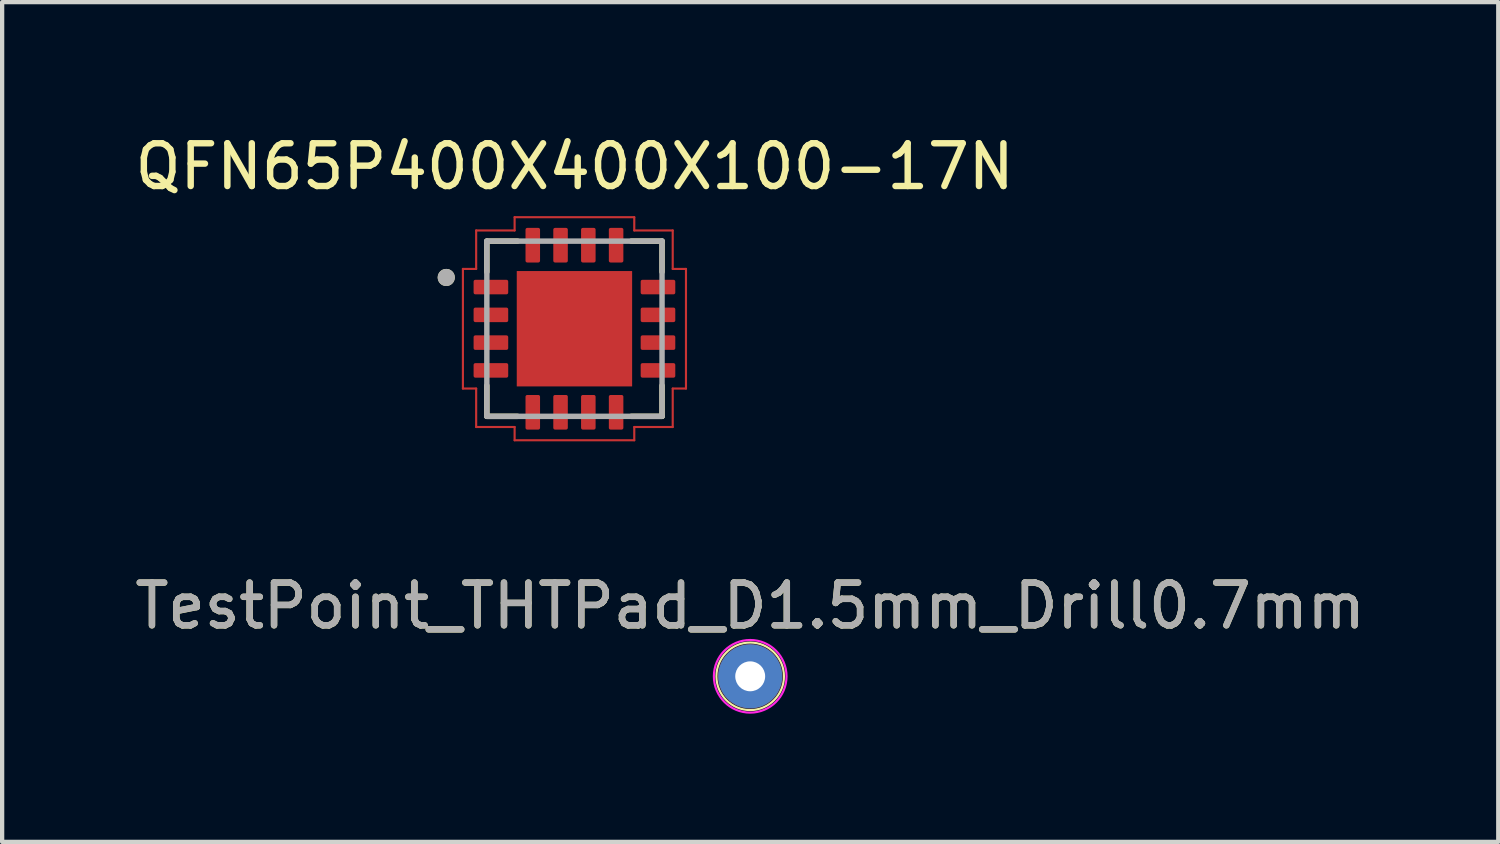
<source format=kicad_pcb>
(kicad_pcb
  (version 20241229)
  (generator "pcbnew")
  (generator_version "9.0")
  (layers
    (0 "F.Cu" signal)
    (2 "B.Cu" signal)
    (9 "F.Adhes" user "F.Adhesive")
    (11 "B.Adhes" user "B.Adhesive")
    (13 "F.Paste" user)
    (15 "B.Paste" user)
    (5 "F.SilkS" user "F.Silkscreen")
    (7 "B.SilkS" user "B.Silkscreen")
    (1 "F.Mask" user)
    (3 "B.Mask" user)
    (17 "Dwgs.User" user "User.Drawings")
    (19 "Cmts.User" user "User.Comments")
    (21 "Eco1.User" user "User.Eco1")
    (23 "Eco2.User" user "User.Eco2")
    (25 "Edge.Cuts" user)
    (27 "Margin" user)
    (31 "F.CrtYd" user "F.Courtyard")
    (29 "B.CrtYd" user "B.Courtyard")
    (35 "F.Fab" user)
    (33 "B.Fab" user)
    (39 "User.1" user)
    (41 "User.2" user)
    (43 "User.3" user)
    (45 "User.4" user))
  (footprint "QFN65P400X400X100-17N"
    (layer "F.Cu")
    (at 10.393 4.643)
    (property "Reference" "QFN65P400X400X100-17N" (at 0.005 -3.795 0) (layer "F.SilkS") (effects (font (size 1.001 1.001) (thickness 0.15))))
    (attr smd)
    (fp_line (start -2.61 -1.4) (end -2.3 -1.4) (stroke (width 0.05) (type solid)) (layer "F.Cu"))
    (fp_line (start -2.61 1.4) (end -2.61 -1.4) (stroke (width 0.05) (type solid)) (layer "F.Cu"))
    (fp_line (start -2.3 -2.3) (end -1.4 -2.3) (stroke (width 0.05) (type solid)) (layer "F.Cu"))
    (fp_line (start -2.3 -1.4) (end -2.3 -2.3) (stroke (width 0.05) (type solid)) (layer "F.Cu"))
    (fp_line (start -2.3 1.4) (end -2.61 1.4) (stroke (width 0.05) (type solid)) (layer "F.Cu"))
    (fp_line (start -2.3 2.3) (end -2.3 1.4) (stroke (width 0.05) (type solid)) (layer "F.Cu"))
    (fp_line (start -1.4 -2.61) (end 1.4 -2.61) (stroke (width 0.05) (type solid)) (layer "F.Cu"))
    (fp_line (start -1.4 -2.3) (end -1.4 -2.61) (stroke (width 0.05) (type solid)) (layer "F.Cu"))
    (fp_line (start -1.4 2.3) (end -2.3 2.3) (stroke (width 0.05) (type solid)) (layer "F.Cu"))
    (fp_line (start -1.4 2.61) (end -1.4 2.3) (stroke (width 0.05) (type solid)) (layer "F.Cu"))
    (fp_line (start 1.4 -2.61) (end 1.4 -2.3) (stroke (width 0.05) (type solid)) (layer "F.Cu"))
    (fp_line (start 1.4 -2.3) (end 2.3 -2.3) (stroke (width 0.05) (type solid)) (layer "F.Cu"))
    (fp_line (start 1.4 2.3) (end 1.4 2.61) (stroke (width 0.05) (type solid)) (layer "F.Cu"))
    (fp_line (start 1.4 2.61) (end -1.4 2.61) (stroke (width 0.05) (type solid)) (layer "F.Cu"))
    (fp_line (start 2.3 -2.3) (end 2.3 -1.4) (stroke (width 0.05) (type solid)) (layer "F.Cu"))
    (fp_line (start 2.3 -1.4) (end 2.61 -1.4) (stroke (width 0.05) (type solid)) (layer "F.Cu"))
    (fp_line (start 2.3 1.4) (end 2.3 2.3) (stroke (width 0.05) (type solid)) (layer "F.Cu"))
    (fp_line (start 2.3 2.3) (end 1.4 2.3) (stroke (width 0.05) (type solid)) (layer "F.Cu"))
    (fp_line (start 2.61 -1.4) (end 2.61 1.4) (stroke (width 0.05) (type solid)) (layer "F.Cu"))
    (fp_line (start 2.61 1.4) (end 2.3 1.4) (stroke (width 0.05) (type solid)) (layer "F.Cu"))
    (fp_line (start -2.05 -2.05) (end -2.05 -1.33) (stroke (width 0.127) (type solid)) (layer "F.SilkS"))
    (fp_line (start -2.05 1.33) (end -2.05 2.05) (stroke (width 0.127) (type solid)) (layer "F.SilkS"))
    (fp_line (start -2.05 2.05) (end -1.33 2.05) (stroke (width 0.127) (type solid)) (layer "F.SilkS"))
    (fp_line (start -1.33 -2.05) (end -2.05 -2.05) (stroke (width 0.127) (type solid)) (layer "F.SilkS"))
    (fp_line (start 1.33 2.05) (end 2.05 2.05) (stroke (width 0.127) (type solid)) (layer "F.SilkS"))
    (fp_line (start 2.05 -2.05) (end 1.33 -2.05) (stroke (width 0.127) (type solid)) (layer "F.SilkS"))
    (fp_line (start 2.05 -1.33) (end 2.05 -2.05) (stroke (width 0.127) (type solid)) (layer "F.SilkS"))
    (fp_line (start 2.05 2.05) (end 2.05 1.33) (stroke (width 0.127) (type solid)) (layer "F.SilkS"))
    (fp_circle (center -3 -1.2) (end -2.9 -1.2) (stroke (width 0.2) (type solid)) (fill no) (layer "F.SilkS"))
    (fp_poly (pts (xy -0.853 -0.853) (xy 0.853 -0.853) (xy 0.853 0.853) (xy -0.853 0.853)) (stroke (width 0.01) (type solid)) (fill yes) (layer "F.Paste"))
    (fp_line (start -2.05 -2.05) (end -2.05 2.05) (stroke (width 0.127) (type solid)) (layer "F.Fab"))
    (fp_line (start -2.05 2.05) (end 2.05 2.05) (stroke (width 0.127) (type solid)) (layer "F.Fab"))
    (fp_line (start 2.05 -2.05) (end -2.05 -2.05) (stroke (width 0.127) (type solid)) (layer "F.Fab"))
    (fp_line (start 2.05 2.05) (end 2.05 -2.05) (stroke (width 0.127) (type solid)) (layer "F.Fab"))
    (fp_circle (center -3 -1.2) (end -2.9 -1.2) (stroke (width 0.2) (type solid)) (fill no) (layer "F.Fab"))
    (pad "1" smd roundrect (at -1.955 -0.975 270) (size 0.34 0.81) (layers "F.Cu" "F.Mask" "F.Paste") (roundrect_rratio 0.12))
    (pad "2" smd roundrect (at -1.955 -0.325 270) (size 0.34 0.81) (layers "F.Cu" "F.Mask" "F.Paste") (roundrect_rratio 0.12))
    (pad "3" smd roundrect (at -1.955 0.325 270) (size 0.34 0.81) (layers "F.Cu" "F.Mask" "F.Paste") (roundrect_rratio 0.12))
    (pad "4" smd roundrect (at -1.955 0.975 270) (size 0.34 0.81) (layers "F.Cu" "F.Mask" "F.Paste") (roundrect_rratio 0.12))
    (pad "5" smd roundrect (at -0.975 1.955 180) (size 0.34 0.81) (layers "F.Cu" "F.Mask" "F.Paste") (roundrect_rratio 0.12))
    (pad "6" smd roundrect (at -0.325 1.955 180) (size 0.34 0.81) (layers "F.Cu" "F.Mask" "F.Paste") (roundrect_rratio 0.12))
    (pad "7" smd roundrect (at 0.325 1.955 180) (size 0.34 0.81) (layers "F.Cu" "F.Mask" "F.Paste") (roundrect_rratio 0.12))
    (pad "8" smd roundrect (at 0.975 1.955 180) (size 0.34 0.81) (layers "F.Cu" "F.Mask" "F.Paste") (roundrect_rratio 0.12))
    (pad "9" smd roundrect (at 1.955 0.975 270) (size 0.34 0.81) (layers "F.Cu" "F.Mask" "F.Paste") (roundrect_rratio 0.12))
    (pad "10" smd roundrect (at 1.955 0.325 270) (size 0.34 0.81) (layers "F.Cu" "F.Mask" "F.Paste") (roundrect_rratio 0.12))
    (pad "11" smd roundrect (at 1.955 -0.325 270) (size 0.34 0.81) (layers "F.Cu" "F.Mask" "F.Paste") (roundrect_rratio 0.12))
    (pad "12" smd roundrect (at 1.955 -0.975 270) (size 0.34 0.81) (layers "F.Cu" "F.Mask" "F.Paste") (roundrect_rratio 0.12))
    (pad "13" smd roundrect (at 0.975 -1.955 180) (size 0.34 0.81) (layers "F.Cu" "F.Mask" "F.Paste") (roundrect_rratio 0.12))
    (pad "14" smd roundrect (at 0.325 -1.955 180) (size 0.34 0.81) (layers "F.Cu" "F.Mask" "F.Paste") (roundrect_rratio 0.12))
    (pad "15" smd roundrect (at -0.325 -1.955 180) (size 0.34 0.81) (layers "F.Cu" "F.Mask" "F.Paste") (roundrect_rratio 0.12))
    (pad "16" smd roundrect (at -0.975 -1.955 180) (size 0.34 0.81) (layers "F.Cu" "F.Mask" "F.Paste") (roundrect_rratio 0.12))
    (pad "17" smd rect (at 0 0) (size 2.7 2.7) (layers "F.Cu" "F.Mask")))
  (footprint "TestPoint_THTPad_D1.5mm_Drill0.7mm"
    (layer "F.Cu")
    (at 14.506 12.777)
    (property "Reference" "TestPoint_THTPad_D1.5mm_Drill0.7mm" (at 0 -1.648 0) (layer "F.SilkS") (effects (font (size 1 1) (thickness 0.15))))
    (attr exclude_from_pos_files exclude_from_bom)
    (fp_circle (center 0 0) (end 0.79 0) (stroke (width 0.05) (type solid)) (fill no) (layer "F.SilkS"))
    (fp_circle (center 0 0) (end 0.85 0) (stroke (width 0.05) (type solid)) (fill no) (layer "F.CrtYd"))
    (fp_text user "${REFERENCE}" (at 0 -1.65 0) (layer "F.Fab") (effects (font (size 1 1) (thickness 0.15))))
    (pad "1" thru_hole circle (at 0 0) (size 1.5 1.5) (drill 0.7) (layers "*.Cu" "*.Mask")))
  (gr_rect
    (start -3 -3)
    (end 32.012 16.652)
    (stroke (width 0.1) (type default))
    (fill no)
    (layer "Edge.Cuts")))
</source>
